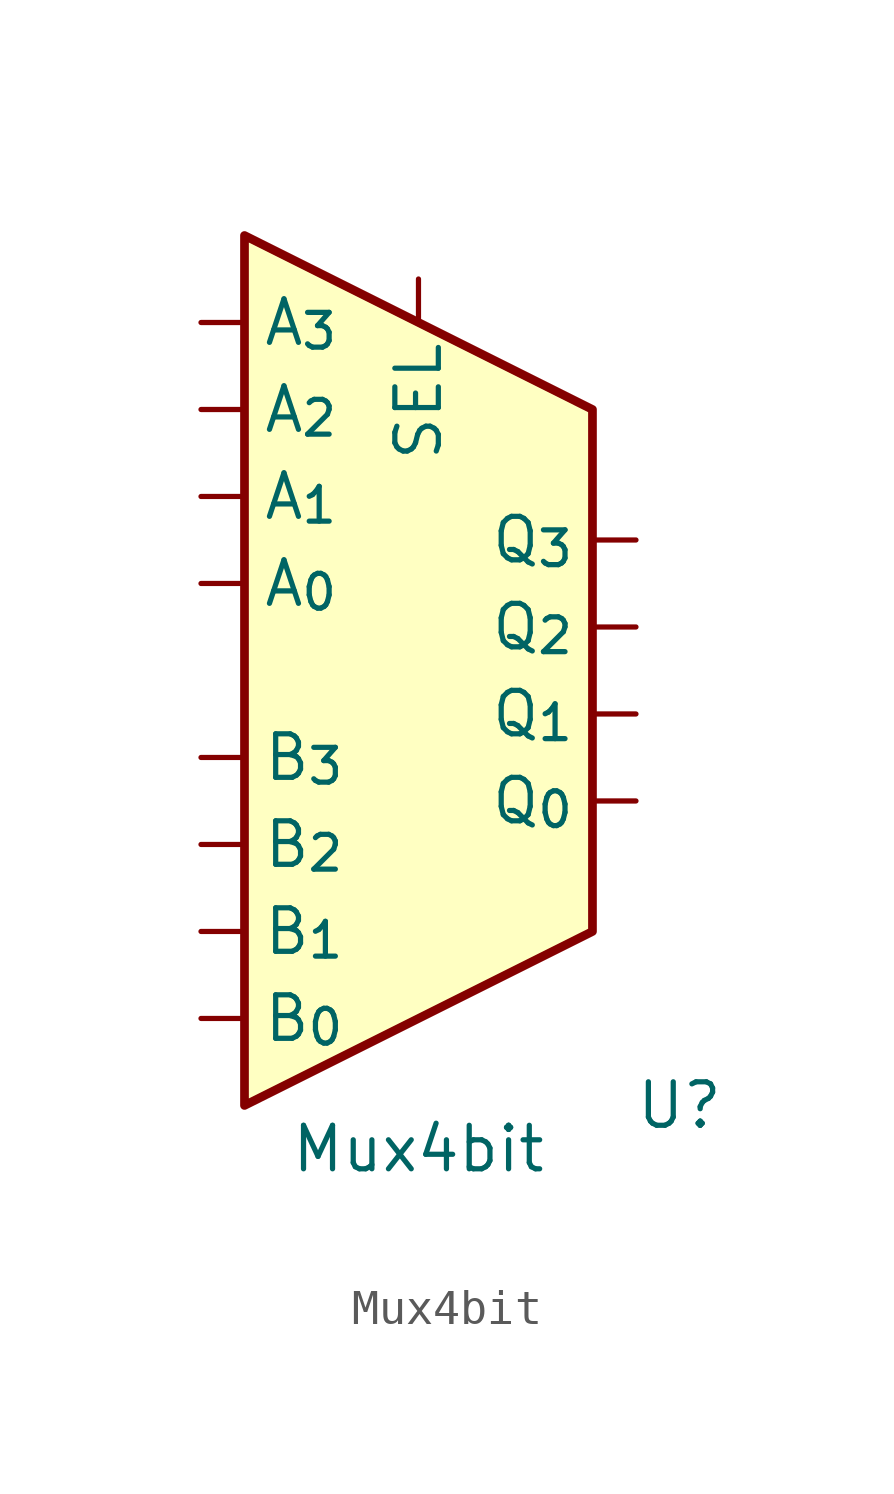
<source format=kicad_sym>
(kicad_symbol_lib
  (version 20231120)
  (generator "kicad_symbol_editor")
  (generator_version "8.0")
  (symbol "Mux4bit"
    (property "Reference" "U"
      (at 7.62 -12.7 0)
      (effects (font (size 1.27 1.27))))
    (property "Value" "Mux4bit"
      (at 0 -13.97 0)
      (effects (font (size 1.27 1.27))))
    (symbol "Mux4bit_0_1"
      (polyline (pts (xy -5.08 12.7) (xy -5.08 -12.7) (xy 5.08 -7.62) (xy 5.08 7.62) (xy -5.08 12.7)) (stroke (width 0.254) (type default)) (fill (type background))))
    (symbol "Mux4bit_1_1"
      (pin passive line (at -6.35 2.54 0) (length 1.27) (name "A_{0}" (effects (font (size 1.27 1.27)))) (number "" (effects (font (size 1.27 1.27)))))
      (pin passive line (at -6.35 5.08 0) (length 1.27) (name "A_{1}" (effects (font (size 1.27 1.27)))) (number "" (effects (font (size 1.27 1.27)))))
      (pin passive line (at -6.35 7.62 0) (length 1.27) (name "A_{2}" (effects (font (size 1.27 1.27)))) (number "" (effects (font (size 1.27 1.27)))))
      (pin passive line (at -6.35 10.16 0) (length 1.27) (name "A_{3}" (effects (font (size 1.27 1.27)))) (number "" (effects (font (size 1.27 1.27)))))
      (pin passive line (at -6.35 -10.16 0) (length 1.27) (name "B_{0}" (effects (font (size 1.27 1.27)))) (number "" (effects (font (size 1.27 1.27)))))
      (pin passive line (at -6.35 -7.62 0) (length 1.27) (name "B_{1}" (effects (font (size 1.27 1.27)))) (number "" (effects (font (size 1.27 1.27)))))
      (pin passive line (at -6.35 -5.08 0) (length 1.27) (name "B_{2}" (effects (font (size 1.27 1.27)))) (number "" (effects (font (size 1.27 1.27)))))
      (pin passive line (at -6.35 -2.54 0) (length 1.27) (name "B_{3}" (effects (font (size 1.27 1.27)))) (number "" (effects (font (size 1.27 1.27)))))
      (pin passive line (at 6.35 -3.81 180) (length 1.27) (name "Q_{0}" (effects (font (size 1.27 1.27)))) (number "" (effects (font (size 1.27 1.27)))))
      (pin passive line (at 6.35 -1.27 180) (length 1.27) (name "Q_{1}" (effects (font (size 1.27 1.27)))) (number "" (effects (font (size 1.27 1.27)))))
      (pin passive line (at 6.35 1.27 180) (length 1.27) (name "Q_{2}" (effects (font (size 1.27 1.27)))) (number "" (effects (font (size 1.27 1.27)))))
      (pin passive line (at 6.35 3.81 180) (length 1.27) (name "Q_{3}" (effects (font (size 1.27 1.27)))) (number "" (effects (font (size 1.27 1.27)))))
      (pin passive line (at 0 11.43 270) (length 1.27) (name "SEL" (effects (font (size 1.27 1.27)))) (number "" (effects (font (size 1.27 1.27))))))))
</source>
